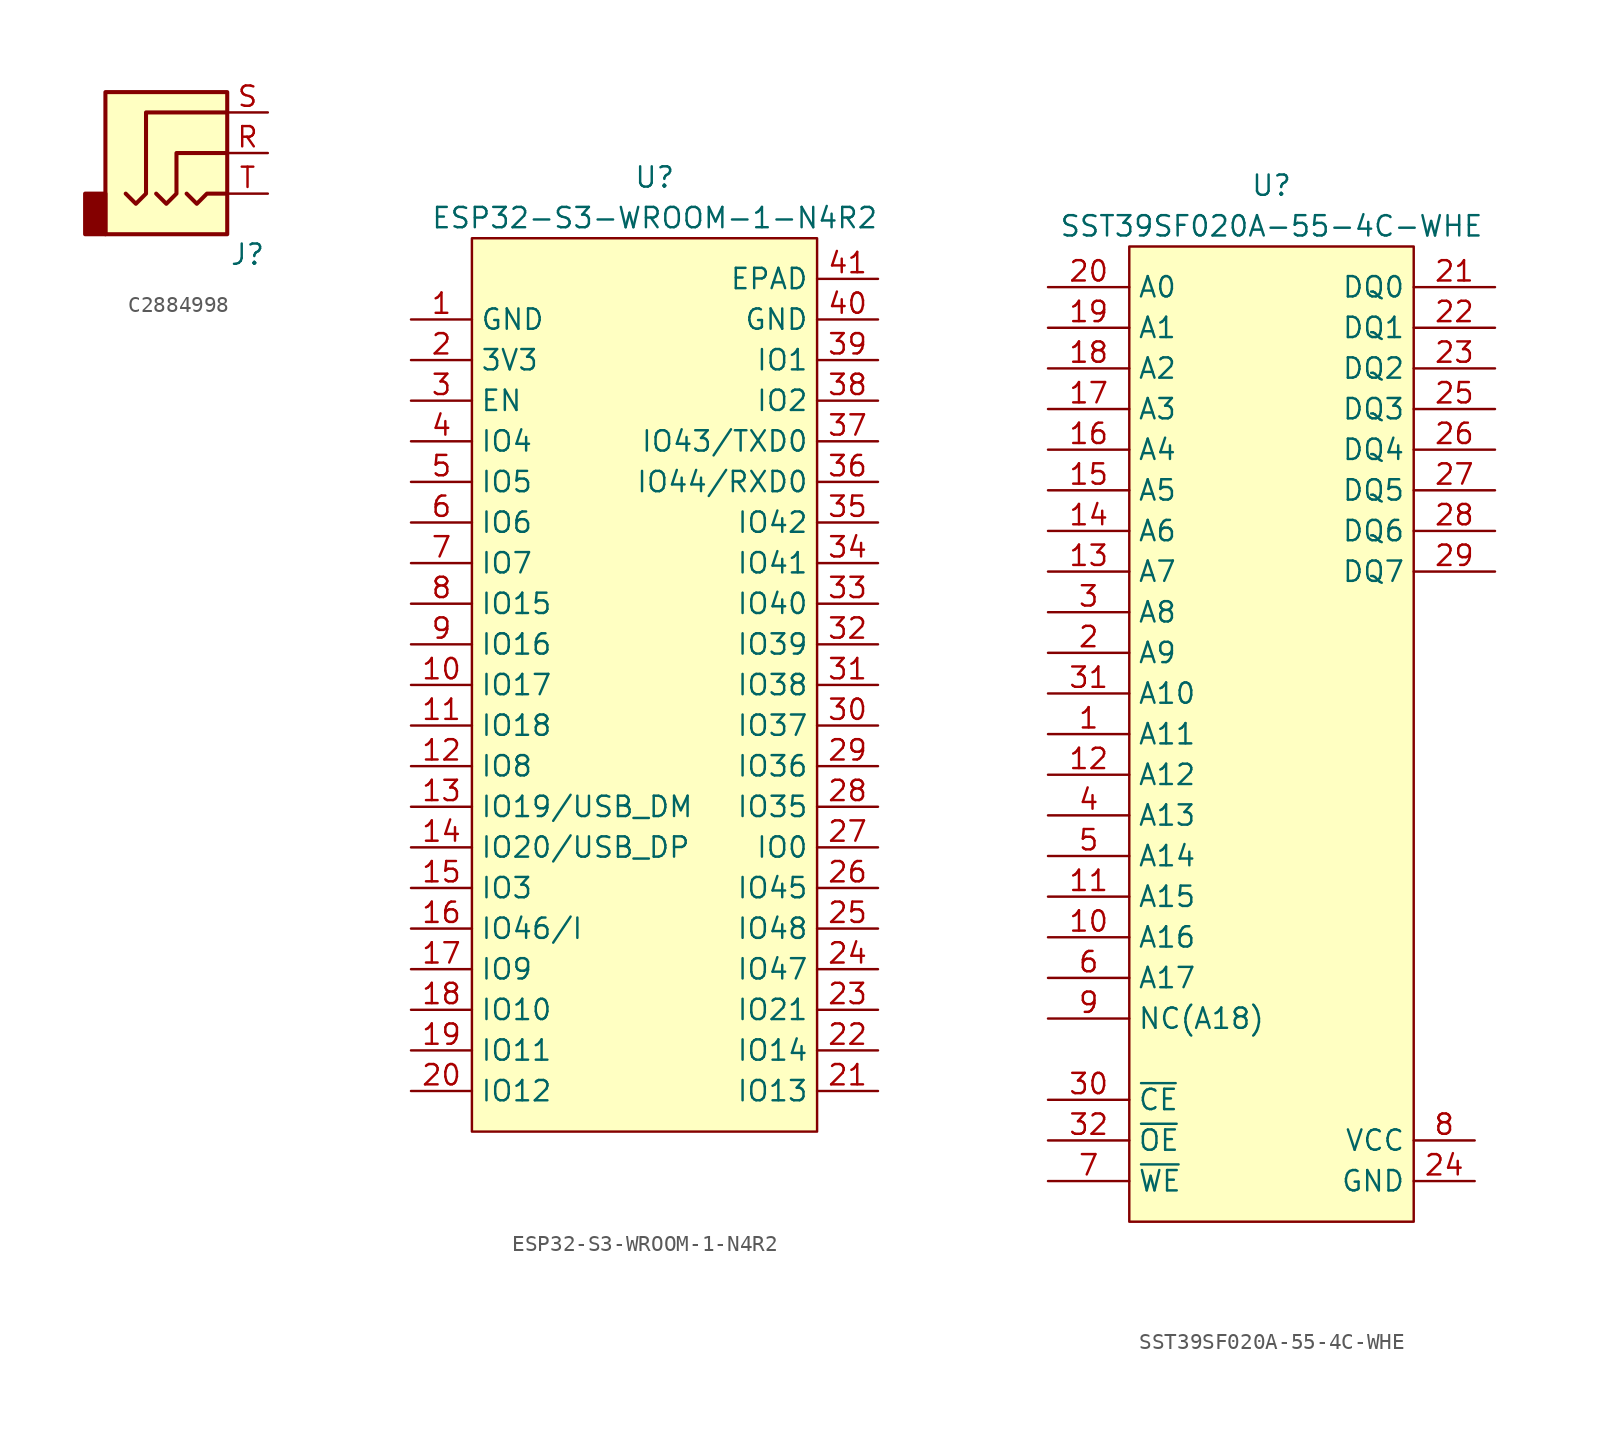
<source format=kicad_sym>
(kicad_symbol_lib
  (version 20231120)
  (generator "kicad_symbol_editor")
  (generator_version "8.0")
  (symbol "C2884998"
    (property "Reference" "J"
      (at 0 0 0)
      (effects (font (size 1.27 1.27))))
    (property "Value" ""
      (at 0 0 0)
      (effects (font (size 1.27 1.27))))
    (symbol "C2884998_0_1"
      (rectangle (start -8.89 1.27) (end -10.16 3.81) (stroke (width 0.254) (type default)) (fill (type outline)))
      (rectangle (start -1.27 10.16) (end -8.89 1.27) (stroke (width 0.254) (type default)) (fill (type background)))
      (polyline (pts (xy -3.81 3.81) (xy -3.175 3.175) (xy -2.54 3.81) (xy -1.27 3.81)) (stroke (width 0.254) (type default)) (fill (type none)))
      (polyline (pts (xy -5.715 3.81) (xy -5.08 3.175) (xy -4.445 3.81) (xy -4.445 6.35) (xy -1.27 6.35)) (stroke (width 0.254) (type default)) (fill (type none)))
      (polyline (pts (xy -1.27 8.89) (xy -6.35 8.89) (xy -6.35 3.81) (xy -6.985 3.175) (xy -7.62 3.81)) (stroke (width 0.254) (type default)) (fill (type none))))
    (symbol "C2884998_1_1"
      (pin passive line (at 1.27 6.35 180) (length 2.54) (name "~" (effects (font (size 1.27 1.27)))) (number "R" (effects (font (size 1.27 1.27)))))
      (pin passive line (at 1.27 8.89 180) (length 2.54) (name "~" (effects (font (size 1.27 1.27)))) (number "S" (effects (font (size 1.27 1.27)))))
      (pin passive line (at 1.27 3.81 180) (length 2.54) (name "~" (effects (font (size 1.27 1.27)))) (number "T" (effects (font (size 1.27 1.27)))))))
  (symbol "ESP32-S3-WROOM-1-N4R2"
    (property "Reference" "U"
      (at 0 3.81 0)
      (effects (font (size 1.27 1.27))))
    (property "Value" "ESP32-S3-WROOM-1-N4R2"
      (at 0 1.27 0)
      (effects (font (size 1.27 1.27))))
    (symbol "ESP32-S3-WROOM-1-N4R2_0_1"
      (rectangle (start -11.43 0) (end 10.16 -55.88) (stroke (width 0) (type default)) (fill (type background))))
    (symbol "ESP32-S3-WROOM-1-N4R2_1_1"
      (pin power_in line (at -15.24 -5.08 0) (length 3.81) (name "GND" (effects (font (size 1.27 1.27)))) (number "1" (effects (font (size 1.27 1.27)))))
      (pin bidirectional line (at -15.24 -27.94 0) (length 3.81) (name "IO17" (effects (font (size 1.27 1.27)))) (number "10" (effects (font (size 1.27 1.27)))))
      (pin bidirectional line (at -15.24 -30.48 0) (length 3.81) (name "IO18" (effects (font (size 1.27 1.27)))) (number "11" (effects (font (size 1.27 1.27)))))
      (pin bidirectional line (at -15.24 -33.02 0) (length 3.81) (name "IO8" (effects (font (size 1.27 1.27)))) (number "12" (effects (font (size 1.27 1.27)))))
      (pin bidirectional line (at -15.24 -35.56 0) (length 3.81) (name "IO19/USB_DM" (effects (font (size 1.27 1.27)))) (number "13" (effects (font (size 1.27 1.27)))))
      (pin bidirectional line (at -15.24 -38.1 0) (length 3.81) (name "IO20/USB_DP" (effects (font (size 1.27 1.27)))) (number "14" (effects (font (size 1.27 1.27)))))
      (pin bidirectional line (at -15.24 -40.64 0) (length 3.81) (name "IO3" (effects (font (size 1.27 1.27)))) (number "15" (effects (font (size 1.27 1.27)))))
      (pin input line (at -15.24 -43.18 0) (length 3.81) (name "IO46/I" (effects (font (size 1.27 1.27)))) (number "16" (effects (font (size 1.27 1.27)))))
      (pin bidirectional line (at -15.24 -45.72 0) (length 3.81) (name "IO9" (effects (font (size 1.27 1.27)))) (number "17" (effects (font (size 1.27 1.27)))))
      (pin bidirectional line (at -15.24 -48.26 0) (length 3.81) (name "IO10" (effects (font (size 1.27 1.27)))) (number "18" (effects (font (size 1.27 1.27)))))
      (pin bidirectional line (at -15.24 -50.8 0) (length 3.81) (name "IO11" (effects (font (size 1.27 1.27)))) (number "19" (effects (font (size 1.27 1.27)))))
      (pin power_in line (at -15.24 -7.62 0) (length 3.81) (name "3V3" (effects (font (size 1.27 1.27)))) (number "2" (effects (font (size 1.27 1.27)))))
      (pin bidirectional line (at -15.24 -53.34 0) (length 3.81) (name "IO12" (effects (font (size 1.27 1.27)))) (number "20" (effects (font (size 1.27 1.27)))))
      (pin bidirectional line (at 13.97 -53.34 180) (length 3.81) (name "IO13" (effects (font (size 1.27 1.27)))) (number "21" (effects (font (size 1.27 1.27)))))
      (pin bidirectional line (at 13.97 -50.8 180) (length 3.81) (name "IO14" (effects (font (size 1.27 1.27)))) (number "22" (effects (font (size 1.27 1.27)))))
      (pin bidirectional line (at 13.97 -48.26 180) (length 3.81) (name "IO21" (effects (font (size 1.27 1.27)))) (number "23" (effects (font (size 1.27 1.27)))))
      (pin bidirectional line (at 13.97 -45.72 180) (length 3.81) (name "IO47" (effects (font (size 1.27 1.27)))) (number "24" (effects (font (size 1.27 1.27)))))
      (pin bidirectional line (at 13.97 -43.18 180) (length 3.81) (name "IO48" (effects (font (size 1.27 1.27)))) (number "25" (effects (font (size 1.27 1.27)))))
      (pin bidirectional line (at 13.97 -40.64 180) (length 3.81) (name "IO45" (effects (font (size 1.27 1.27)))) (number "26" (effects (font (size 1.27 1.27)))))
      (pin bidirectional line (at 13.97 -38.1 180) (length 3.81) (name "IO0" (effects (font (size 1.27 1.27)))) (number "27" (effects (font (size 1.27 1.27)))))
      (pin bidirectional line (at 13.97 -35.56 180) (length 3.81) (name "IO35" (effects (font (size 1.27 1.27)))) (number "28" (effects (font (size 1.27 1.27)))))
      (pin bidirectional line (at 13.97 -33.02 180) (length 3.81) (name "IO36" (effects (font (size 1.27 1.27)))) (number "29" (effects (font (size 1.27 1.27)))))
      (pin input line (at -15.24 -10.16 0) (length 3.81) (name "EN" (effects (font (size 1.27 1.27)))) (number "3" (effects (font (size 1.27 1.27)))))
      (pin bidirectional line (at 13.97 -30.48 180) (length 3.81) (name "IO37" (effects (font (size 1.27 1.27)))) (number "30" (effects (font (size 1.27 1.27)))))
      (pin bidirectional line (at 13.97 -27.94 180) (length 3.81) (name "IO38" (effects (font (size 1.27 1.27)))) (number "31" (effects (font (size 1.27 1.27)))))
      (pin bidirectional line (at 13.97 -25.4 180) (length 3.81) (name "IO39" (effects (font (size 1.27 1.27)))) (number "32" (effects (font (size 1.27 1.27)))))
      (pin bidirectional line (at 13.97 -22.86 180) (length 3.81) (name "IO40" (effects (font (size 1.27 1.27)))) (number "33" (effects (font (size 1.27 1.27)))))
      (pin bidirectional line (at 13.97 -20.32 180) (length 3.81) (name "IO41" (effects (font (size 1.27 1.27)))) (number "34" (effects (font (size 1.27 1.27)))))
      (pin bidirectional line (at 13.97 -17.78 180) (length 3.81) (name "IO42" (effects (font (size 1.27 1.27)))) (number "35" (effects (font (size 1.27 1.27)))))
      (pin bidirectional line (at 13.97 -15.24 180) (length 3.81) (name "IO44/RXD0" (effects (font (size 1.27 1.27)))) (number "36" (effects (font (size 1.27 1.27)))))
      (pin bidirectional line (at 13.97 -12.7 180) (length 3.81) (name "IO43/TXD0" (effects (font (size 1.27 1.27)))) (number "37" (effects (font (size 1.27 1.27)))))
      (pin bidirectional line (at 13.97 -10.16 180) (length 3.81) (name "IO2" (effects (font (size 1.27 1.27)))) (number "38" (effects (font (size 1.27 1.27)))))
      (pin bidirectional line (at 13.97 -7.62 180) (length 3.81) (name "IO1" (effects (font (size 1.27 1.27)))) (number "39" (effects (font (size 1.27 1.27)))))
      (pin bidirectional line (at -15.24 -12.7 0) (length 3.81) (name "IO4" (effects (font (size 1.27 1.27)))) (number "4" (effects (font (size 1.27 1.27)))))
      (pin power_in line (at 13.97 -5.08 180) (length 3.81) (name "GND" (effects (font (size 1.27 1.27)))) (number "40" (effects (font (size 1.27 1.27)))))
      (pin power_in line (at 13.97 -2.54 180) (length 3.81) (name "EPAD" (effects (font (size 1.27 1.27)))) (number "41" (effects (font (size 1.27 1.27)))))
      (pin bidirectional line (at -15.24 -15.24 0) (length 3.81) (name "IO5" (effects (font (size 1.27 1.27)))) (number "5" (effects (font (size 1.27 1.27)))))
      (pin bidirectional line (at -15.24 -17.78 0) (length 3.81) (name "IO6" (effects (font (size 1.27 1.27)))) (number "6" (effects (font (size 1.27 1.27)))))
      (pin bidirectional line (at -15.24 -20.32 0) (length 3.81) (name "IO7" (effects (font (size 1.27 1.27)))) (number "7" (effects (font (size 1.27 1.27)))))
      (pin bidirectional line (at -15.24 -22.86 0) (length 3.81) (name "IO15" (effects (font (size 1.27 1.27)))) (number "8" (effects (font (size 1.27 1.27)))))
      (pin bidirectional line (at -15.24 -25.4 0) (length 3.81) (name "IO16" (effects (font (size 1.27 1.27)))) (number "9" (effects (font (size 1.27 1.27)))))))
  (symbol "SST39SF020A-55-4C-WHE"
    (property "Reference" "U"
      (at 0 35.56 0)
      (effects (font (size 1.27 1.27))))
    (property "Value" "SST39SF020A-55-4C-WHE"
      (at 0 33.02 0)
      (effects (font (size 1.27 1.27))))
    (symbol "SST39SF020A-55-4C-WHE_0_0"
      (pin power_in line (at 12.7 -26.67 180) (length 3.81) (name "GND" (effects (font (size 1.27 1.27)))) (number "24" (effects (font (size 1.27 1.27)))))
      (pin power_in line (at 12.7 -24.13 180) (length 3.81) (name "VCC" (effects (font (size 1.27 1.27)))) (number "8" (effects (font (size 1.27 1.27))))))
    (symbol "SST39SF020A-55-4C-WHE_0_1"
      (rectangle (start -8.89 31.75) (end 8.89 -29.21) (stroke (width 0) (type default)) (fill (type background))))
    (symbol "SST39SF020A-55-4C-WHE_1_1"
      (pin input line (at -13.97 1.27 0) (length 5.08) (name "A11" (effects (font (size 1.27 1.27)))) (number "1" (effects (font (size 1.27 1.27)))))
      (pin input line (at -13.97 -11.43 0) (length 5.08) (name "A16" (effects (font (size 1.27 1.27)))) (number "10" (effects (font (size 1.27 1.27)))))
      (pin input line (at -13.97 -8.89 0) (length 5.08) (name "A15" (effects (font (size 1.27 1.27)))) (number "11" (effects (font (size 1.27 1.27)))))
      (pin input line (at -13.97 -1.27 0) (length 5.08) (name "A12" (effects (font (size 1.27 1.27)))) (number "12" (effects (font (size 1.27 1.27)))))
      (pin input line (at -13.97 11.43 0) (length 5.08) (name "A7" (effects (font (size 1.27 1.27)))) (number "13" (effects (font (size 1.27 1.27)))))
      (pin input line (at -13.97 13.97 0) (length 5.08) (name "A6" (effects (font (size 1.27 1.27)))) (number "14" (effects (font (size 1.27 1.27)))))
      (pin input line (at -13.97 16.51 0) (length 5.08) (name "A5" (effects (font (size 1.27 1.27)))) (number "15" (effects (font (size 1.27 1.27)))))
      (pin input line (at -13.97 19.05 0) (length 5.08) (name "A4" (effects (font (size 1.27 1.27)))) (number "16" (effects (font (size 1.27 1.27)))))
      (pin input line (at -13.97 21.59 0) (length 5.08) (name "A3" (effects (font (size 1.27 1.27)))) (number "17" (effects (font (size 1.27 1.27)))))
      (pin input line (at -13.97 24.13 0) (length 5.08) (name "A2" (effects (font (size 1.27 1.27)))) (number "18" (effects (font (size 1.27 1.27)))))
      (pin input line (at -13.97 26.67 0) (length 5.08) (name "A1" (effects (font (size 1.27 1.27)))) (number "19" (effects (font (size 1.27 1.27)))))
      (pin input line (at -13.97 6.35 0) (length 5.08) (name "A9" (effects (font (size 1.27 1.27)))) (number "2" (effects (font (size 1.27 1.27)))))
      (pin input line (at -13.97 29.21 0) (length 5.08) (name "A0" (effects (font (size 1.27 1.27)))) (number "20" (effects (font (size 1.27 1.27)))))
      (pin bidirectional line (at 13.97 29.21 180) (length 5.08) (name "DQ0" (effects (font (size 1.27 1.27)))) (number "21" (effects (font (size 1.27 1.27)))))
      (pin bidirectional line (at 13.97 26.67 180) (length 5.08) (name "DQ1" (effects (font (size 1.27 1.27)))) (number "22" (effects (font (size 1.27 1.27)))))
      (pin bidirectional line (at 13.97 24.13 180) (length 5.08) (name "DQ2" (effects (font (size 1.27 1.27)))) (number "23" (effects (font (size 1.27 1.27)))))
      (pin bidirectional line (at 13.97 21.59 180) (length 5.08) (name "DQ3" (effects (font (size 1.27 1.27)))) (number "25" (effects (font (size 1.27 1.27)))))
      (pin bidirectional line (at 13.97 19.05 180) (length 5.08) (name "DQ4" (effects (font (size 1.27 1.27)))) (number "26" (effects (font (size 1.27 1.27)))))
      (pin bidirectional line (at 13.97 16.51 180) (length 5.08) (name "DQ5" (effects (font (size 1.27 1.27)))) (number "27" (effects (font (size 1.27 1.27)))))
      (pin bidirectional line (at 13.97 13.97 180) (length 5.08) (name "DQ6" (effects (font (size 1.27 1.27)))) (number "28" (effects (font (size 1.27 1.27)))))
      (pin bidirectional line (at 13.97 11.43 180) (length 5.08) (name "DQ7" (effects (font (size 1.27 1.27)))) (number "29" (effects (font (size 1.27 1.27)))))
      (pin input line (at -13.97 8.89 0) (length 5.08) (name "A8" (effects (font (size 1.27 1.27)))) (number "3" (effects (font (size 1.27 1.27)))))
      (pin input line (at -13.97 -21.59 0) (length 5.08) (name "~{CE}" (effects (font (size 1.27 1.27)))) (number "30" (effects (font (size 1.27 1.27)))))
      (pin input line (at -13.97 3.81 0) (length 5.08) (name "A10" (effects (font (size 1.27 1.27)))) (number "31" (effects (font (size 1.27 1.27)))))
      (pin input line (at -13.97 -24.13 0) (length 5.08) (name "~{OE}" (effects (font (size 1.27 1.27)))) (number "32" (effects (font (size 1.27 1.27)))))
      (pin input line (at -13.97 -3.81 0) (length 5.08) (name "A13" (effects (font (size 1.27 1.27)))) (number "4" (effects (font (size 1.27 1.27)))))
      (pin input line (at -13.97 -6.35 0) (length 5.08) (name "A14" (effects (font (size 1.27 1.27)))) (number "5" (effects (font (size 1.27 1.27)))))
      (pin input line (at -13.97 -13.97 0) (length 5.08) (name "A17" (effects (font (size 1.27 1.27)))) (number "6" (effects (font (size 1.27 1.27)))))
      (pin input line (at -13.97 -26.67 0) (length 5.08) (name "~{WE}" (effects (font (size 1.27 1.27)))) (number "7" (effects (font (size 1.27 1.27)))))
      (pin input line (at -13.97 -16.51 0) (length 5.08) (name "NC(A18)" (effects (font (size 1.27 1.27)))) (number "9" (effects (font (size 1.27 1.27))))))))
</source>
